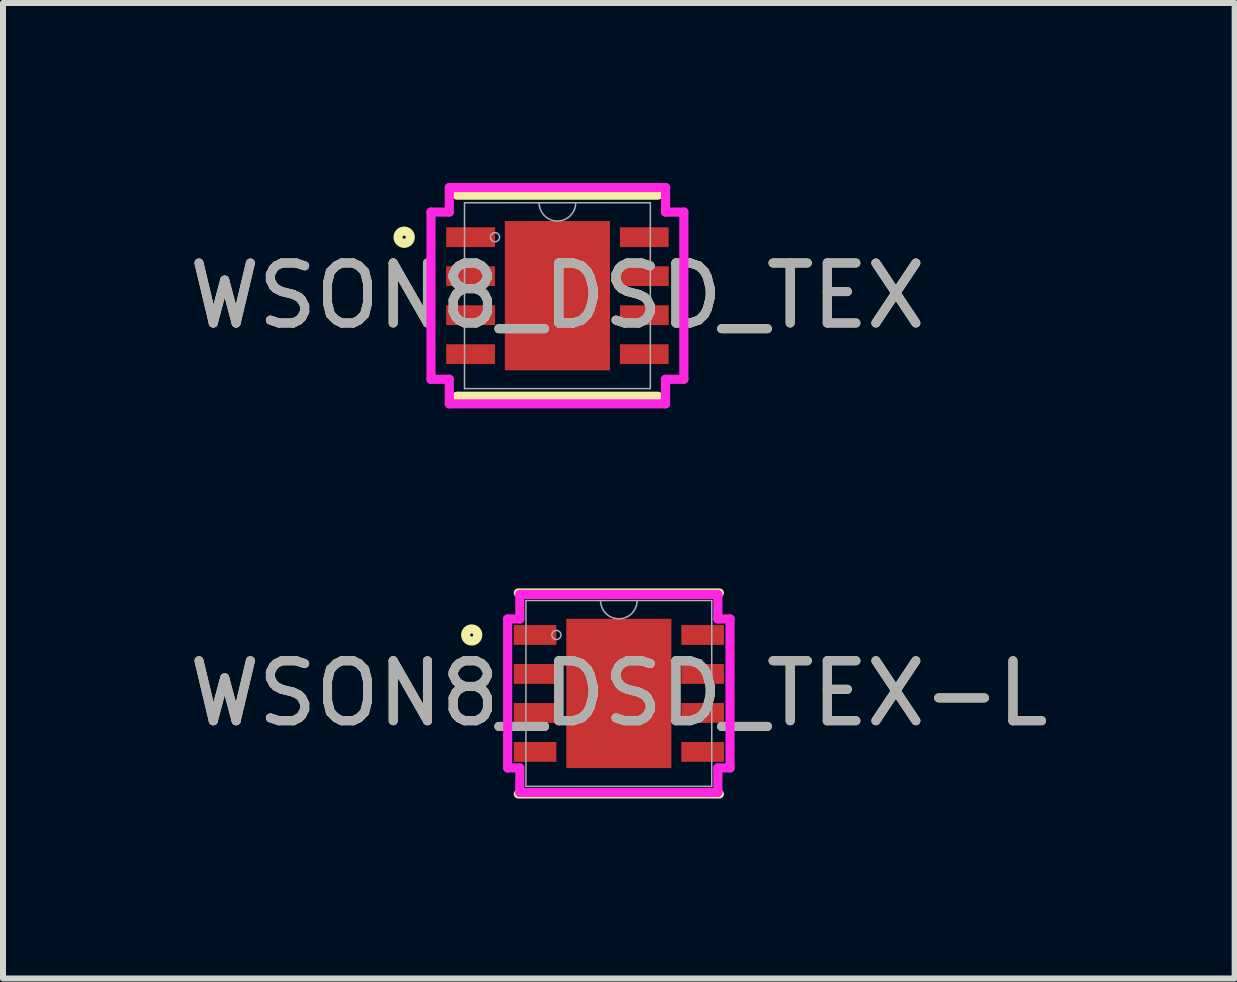
<source format=kicad_pcb>
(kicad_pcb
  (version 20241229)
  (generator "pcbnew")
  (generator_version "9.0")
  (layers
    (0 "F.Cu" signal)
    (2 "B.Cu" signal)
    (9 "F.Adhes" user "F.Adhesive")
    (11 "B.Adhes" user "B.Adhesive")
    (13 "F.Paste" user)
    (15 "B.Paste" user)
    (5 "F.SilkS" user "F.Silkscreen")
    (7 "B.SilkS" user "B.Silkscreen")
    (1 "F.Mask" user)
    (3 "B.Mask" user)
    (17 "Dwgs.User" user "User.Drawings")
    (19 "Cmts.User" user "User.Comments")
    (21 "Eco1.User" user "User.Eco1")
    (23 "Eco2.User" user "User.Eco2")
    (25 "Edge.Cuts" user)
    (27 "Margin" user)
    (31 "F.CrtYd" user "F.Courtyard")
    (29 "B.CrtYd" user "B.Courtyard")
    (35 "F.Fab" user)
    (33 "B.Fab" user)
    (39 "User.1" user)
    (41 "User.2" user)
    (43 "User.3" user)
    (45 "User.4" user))
  (footprint "WSON8_DSD_TEX"
    (layer "F.Cu")
    (at 6.244 1.88)
    (property "Reference" "WSON8_DSD_TEX" (at 0 0 0) (unlocked yes) (layer "F.SilkS") (effects (font (size 1 1) (thickness 0.15))))
    (attr smd)
    (fp_line (start -1.676 1.676) (end 1.676 1.676) (stroke (width 0.152) (type solid)) (layer "F.SilkS"))
    (fp_line (start 1.676 -1.676) (end -1.676 -1.676) (stroke (width 0.152) (type solid)) (layer "F.SilkS"))
    (fp_circle (center -2.555 -0.975) (end -2.453 -0.975) (stroke (width 0.152) (type solid)) (fill no) (layer "F.SilkS"))
    (fp_line (start -2.108 -1.394) (end -1.803 -1.394) (stroke (width 0.152) (type solid)) (layer "F.CrtYd"))
    (fp_line (start -2.108 1.394) (end -2.108 -1.394) (stroke (width 0.152) (type solid)) (layer "F.CrtYd"))
    (fp_line (start -2.108 1.394) (end -1.803 1.394) (stroke (width 0.152) (type solid)) (layer "F.CrtYd"))
    (fp_line (start -1.803 -1.803) (end 1.803 -1.803) (stroke (width 0.152) (type solid)) (layer "F.CrtYd"))
    (fp_line (start -1.803 -1.394) (end -1.803 -1.803) (stroke (width 0.152) (type solid)) (layer "F.CrtYd"))
    (fp_line (start -1.803 1.803) (end -1.803 1.394) (stroke (width 0.152) (type solid)) (layer "F.CrtYd"))
    (fp_line (start 1.803 -1.803) (end 1.803 -1.394) (stroke (width 0.152) (type solid)) (layer "F.CrtYd"))
    (fp_line (start 1.803 1.394) (end 1.803 1.803) (stroke (width 0.152) (type solid)) (layer "F.CrtYd"))
    (fp_line (start 1.803 1.803) (end -1.803 1.803) (stroke (width 0.152) (type solid)) (layer "F.CrtYd"))
    (fp_line (start 2.108 -1.394) (end 1.803 -1.394) (stroke (width 0.152) (type solid)) (layer "F.CrtYd"))
    (fp_line (start 2.108 -1.394) (end 2.108 1.394) (stroke (width 0.152) (type solid)) (layer "F.CrtYd"))
    (fp_line (start 2.108 1.394) (end 1.803 1.394) (stroke (width 0.152) (type solid)) (layer "F.CrtYd"))
    (fp_line (start -1.549 -1.549) (end -1.549 1.549) (stroke (width 0.025) (type solid)) (layer "F.Fab"))
    (fp_line (start -1.549 1.549) (end 1.549 1.549) (stroke (width 0.025) (type solid)) (layer "F.Fab"))
    (fp_line (start 1.549 -1.549) (end -1.549 -1.549) (stroke (width 0.025) (type solid)) (layer "F.Fab"))
    (fp_line (start 1.549 1.549) (end 1.549 -1.549) (stroke (width 0.025) (type solid)) (layer "F.Fab"))
    (fp_arc (start 0.3048 -1.5494) (mid 0 -1.2446) (end -0.3048 -1.5494) (stroke (width 0.0254) (type solid)) (layer "F.Fab"))
    (fp_circle (center -1.041 -0.975) (end -0.965 -0.975) (stroke (width 0.025) (type solid)) (fill no) (layer "F.Fab"))
    (fp_text user "${REFERENCE}" (at 0 0 0) (unlocked yes) (layer "F.Fab") (effects (font (size 1 1) (thickness 0.15))))
    (pad "1" smd rect (at -1.448 -0.975) (size 0.813 0.33) (layers "F.Cu" "F.Mask" "F.Paste"))
    (pad "2" smd rect (at -1.448 -0.325) (size 0.813 0.33) (layers "F.Cu" "F.Mask" "F.Paste"))
    (pad "3" smd rect (at -1.448 0.325) (size 0.813 0.33) (layers "F.Cu" "F.Mask" "F.Paste"))
    (pad "4" smd rect (at -1.448 0.975) (size 0.813 0.33) (layers "F.Cu" "F.Mask" "F.Paste"))
    (pad "5" smd rect (at 1.448 0.975) (size 0.813 0.33) (layers "F.Cu" "F.Mask" "F.Paste"))
    (pad "6" smd rect (at 1.448 0.325) (size 0.813 0.33) (layers "F.Cu" "F.Mask" "F.Paste"))
    (pad "7" smd rect (at 1.448 -0.325) (size 0.813 0.33) (layers "F.Cu" "F.Mask" "F.Paste"))
    (pad "8" smd rect (at 1.448 -0.975) (size 0.813 0.33) (layers "F.Cu" "F.Mask" "F.Paste"))
    (pad "9" smd rect (at 0 0) (size 1.753 2.489) (layers "F.Cu" "F.Mask" "F.Paste")))
  (footprint "WSON8_DSD_TEX-L"
    (layer "F.Cu")
    (at 7.268 8.512)
    (property "Reference" "WSON8_DSD_TEX-L" (at 0 0 0) (unlocked yes) (layer "F.SilkS") (effects (font (size 1 1) (thickness 0.15))))
    (attr smd)
    (fp_line (start -1.676 1.676) (end 1.676 1.676) (stroke (width 0.152) (type solid)) (layer "F.SilkS"))
    (fp_line (start 1.676 -1.676) (end -1.676 -1.676) (stroke (width 0.152) (type solid)) (layer "F.SilkS"))
    (fp_circle (center -2.453 -0.975) (end -2.352 -0.975) (stroke (width 0.152) (type solid)) (fill no) (layer "F.SilkS"))
    (fp_line (start -1.854 -1.242) (end -1.651 -1.242) (stroke (width 0.152) (type solid)) (layer "F.CrtYd"))
    (fp_line (start -1.854 1.242) (end -1.854 -1.242) (stroke (width 0.152) (type solid)) (layer "F.CrtYd"))
    (fp_line (start -1.854 1.242) (end -1.651 1.242) (stroke (width 0.152) (type solid)) (layer "F.CrtYd"))
    (fp_line (start -1.651 -1.651) (end 1.651 -1.651) (stroke (width 0.152) (type solid)) (layer "F.CrtYd"))
    (fp_line (start -1.651 -1.242) (end -1.651 -1.651) (stroke (width 0.152) (type solid)) (layer "F.CrtYd"))
    (fp_line (start -1.651 1.651) (end -1.651 1.242) (stroke (width 0.152) (type solid)) (layer "F.CrtYd"))
    (fp_line (start 1.651 -1.651) (end 1.651 -1.242) (stroke (width 0.152) (type solid)) (layer "F.CrtYd"))
    (fp_line (start 1.651 1.242) (end 1.651 1.651) (stroke (width 0.152) (type solid)) (layer "F.CrtYd"))
    (fp_line (start 1.651 1.651) (end -1.651 1.651) (stroke (width 0.152) (type solid)) (layer "F.CrtYd"))
    (fp_line (start 1.854 -1.242) (end 1.651 -1.242) (stroke (width 0.152) (type solid)) (layer "F.CrtYd"))
    (fp_line (start 1.854 -1.242) (end 1.854 1.242) (stroke (width 0.152) (type solid)) (layer "F.CrtYd"))
    (fp_line (start 1.854 1.242) (end 1.651 1.242) (stroke (width 0.152) (type solid)) (layer "F.CrtYd"))
    (fp_line (start -1.549 -1.549) (end -1.549 1.549) (stroke (width 0.025) (type solid)) (layer "F.Fab"))
    (fp_line (start -1.549 1.549) (end 1.549 1.549) (stroke (width 0.025) (type solid)) (layer "F.Fab"))
    (fp_line (start 1.549 -1.549) (end -1.549 -1.549) (stroke (width 0.025) (type solid)) (layer "F.Fab"))
    (fp_line (start 1.549 1.549) (end 1.549 -1.549) (stroke (width 0.025) (type solid)) (layer "F.Fab"))
    (fp_arc (start 0.3048 -1.5494) (mid 0 -1.2446) (end -0.3048 -1.5494) (stroke (width 0.0254) (type solid)) (layer "F.Fab"))
    (fp_circle (center -1.041 -0.975) (end -0.965 -0.975) (stroke (width 0.025) (type solid)) (fill no) (layer "F.Fab"))
    (fp_text user "${REFERENCE}" (at 0 0 0) (unlocked yes) (layer "F.Fab") (effects (font (size 1 1) (thickness 0.15))))
    (pad "1" smd rect (at -1.397 -0.975) (size 0.711 0.33) (layers "F.Cu" "F.Mask" "F.Paste"))
    (pad "2" smd rect (at -1.397 -0.325) (size 0.711 0.33) (layers "F.Cu" "F.Mask" "F.Paste"))
    (pad "3" smd rect (at -1.397 0.325) (size 0.711 0.33) (layers "F.Cu" "F.Mask" "F.Paste"))
    (pad "4" smd rect (at -1.397 0.975) (size 0.711 0.33) (layers "F.Cu" "F.Mask" "F.Paste"))
    (pad "5" smd rect (at 1.397 0.975) (size 0.711 0.33) (layers "F.Cu" "F.Mask" "F.Paste"))
    (pad "6" smd rect (at 1.397 0.325) (size 0.711 0.33) (layers "F.Cu" "F.Mask" "F.Paste"))
    (pad "7" smd rect (at 1.397 -0.325) (size 0.711 0.33) (layers "F.Cu" "F.Mask" "F.Paste"))
    (pad "8" smd rect (at 1.397 -0.975) (size 0.711 0.33) (layers "F.Cu" "F.Mask" "F.Paste"))
    (pad "9" smd rect (at 0 0) (size 1.753 2.489) (layers "F.Cu" "F.Mask" "F.Paste")))
  (gr_rect
    (start -3 -3)
    (end 17.536 13.264)
    (stroke (width 0.1) (type default))
    (fill no)
    (layer "Edge.Cuts")))
</source>
